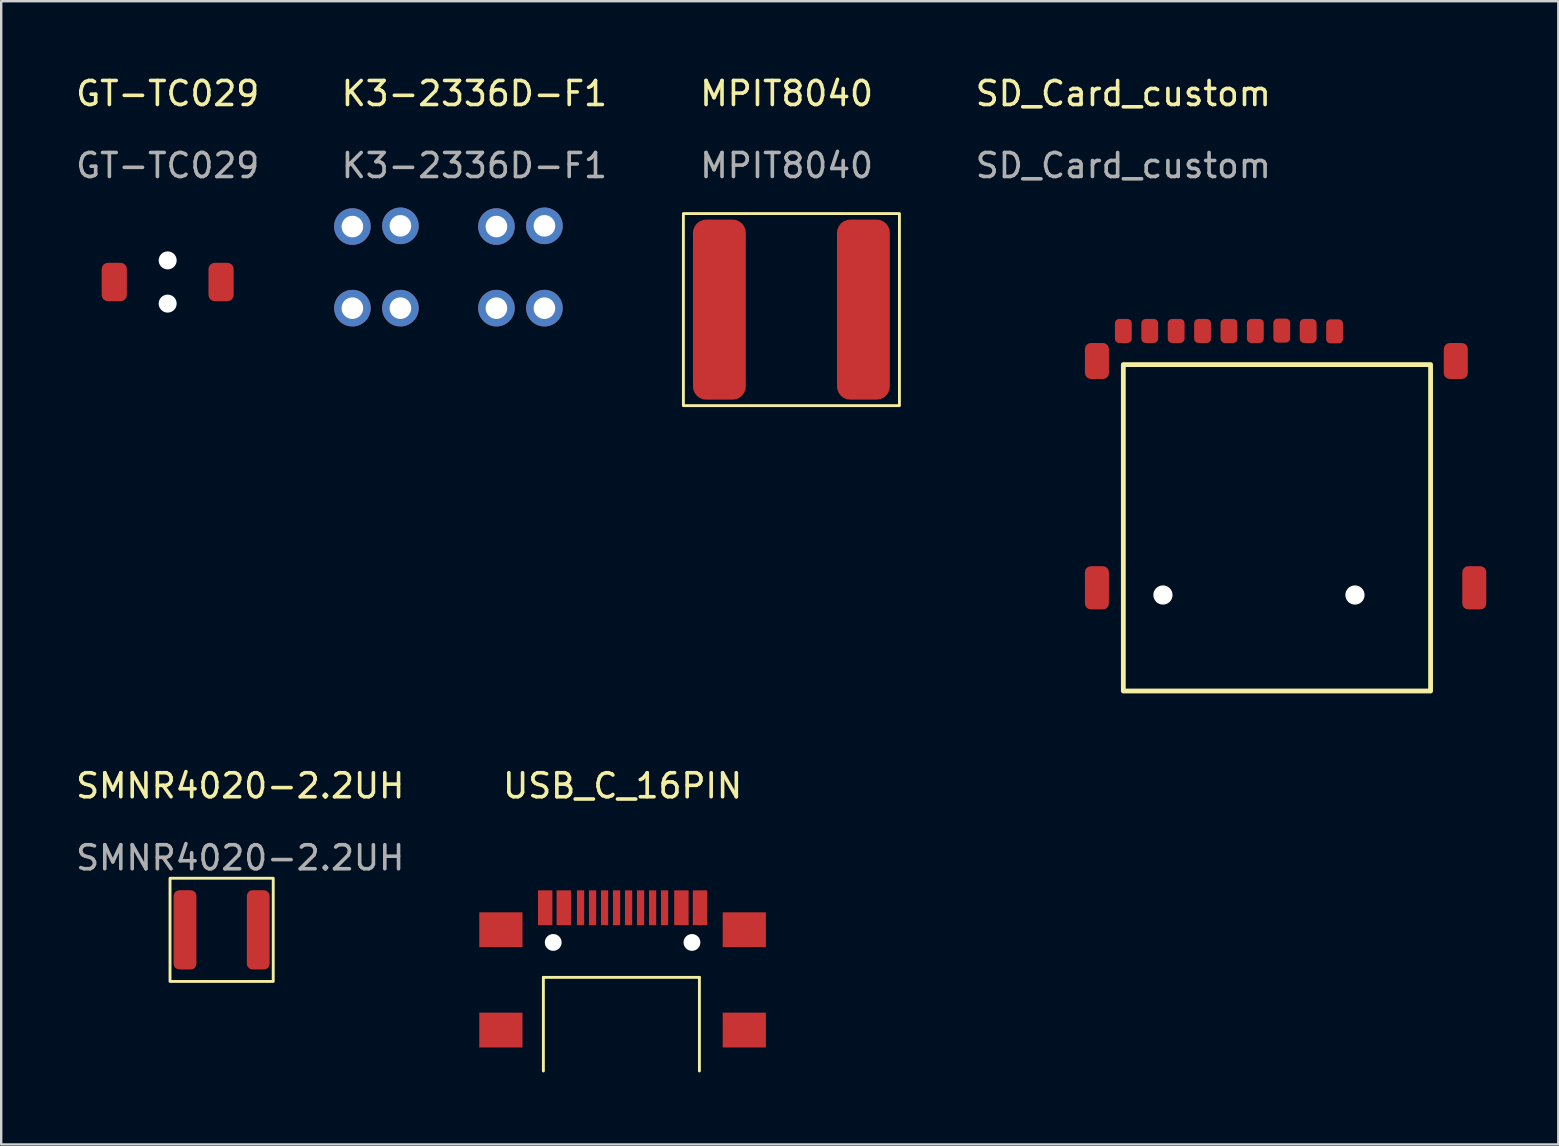
<source format=kicad_pcb>
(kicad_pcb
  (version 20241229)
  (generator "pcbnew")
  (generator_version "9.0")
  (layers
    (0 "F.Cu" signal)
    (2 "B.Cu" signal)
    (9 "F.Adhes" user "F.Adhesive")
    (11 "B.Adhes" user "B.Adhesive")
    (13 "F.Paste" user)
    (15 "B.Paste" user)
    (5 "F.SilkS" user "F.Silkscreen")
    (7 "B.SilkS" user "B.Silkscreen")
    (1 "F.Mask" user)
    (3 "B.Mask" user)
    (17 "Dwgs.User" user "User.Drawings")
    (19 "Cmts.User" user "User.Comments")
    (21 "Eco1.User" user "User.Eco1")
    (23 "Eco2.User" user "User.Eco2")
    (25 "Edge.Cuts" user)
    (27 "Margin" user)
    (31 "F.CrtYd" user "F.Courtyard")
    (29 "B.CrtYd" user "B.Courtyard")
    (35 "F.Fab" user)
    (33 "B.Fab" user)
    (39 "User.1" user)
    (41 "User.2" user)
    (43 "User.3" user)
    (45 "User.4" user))
  (footprint "GT-TC029"
    (layer "F.Cu")
    (at 3.935 8.698)
    (property "Reference" "GT-TC029" (at 0 -7.85 0) (unlocked yes) (layer "F.SilkS") (effects (font (size 1 1) (thickness 0.15))))
    (attr smd)
    (fp_text user "${REFERENCE}" (at 0 -4.85 0) (unlocked yes) (layer "F.Fab") (effects (font (size 1 1) (thickness 0.15))))
    (pad "" np_thru_hole circle (at 0 -0.9) (size 0.75 0.75) (drill 0.75) (layers "*.Cu" "*.Mask"))
    (pad "" np_thru_hole circle (at 0 0.9) (size 0.75 0.75) (drill 0.75) (layers "*.Cu" "*.Mask"))
    (pad "1" smd roundrect (at -2.225 0) (size 1.05 1.6) (layers "F.Cu" "F.Mask" "F.Paste") (roundrect_rratio 0.25))
    (pad "2" smd roundrect (at 2.225 0) (size 1.05 1.6) (layers "F.Cu" "F.Mask" "F.Paste") (roundrect_rratio 0.25)))
  (footprint "SD_Card_custom"
    (layer "F.Cu")
    (at 43.748 11.238)
    (property "Reference" "SD_Card_custom" (at 0 -10.39 0) (unlocked yes) (layer "F.SilkS") (effects (font (size 1 1) (thickness 0.15))))
    (attr smd)
    (fp_rect (start 0 0.9) (end 12.8 14.5) (stroke (width 0.2) (type solid)) (fill no) (layer "F.SilkS"))
    (fp_text user "${REFERENCE}" (at 0 -7.39 0) (unlocked yes) (layer "F.Fab") (effects (font (size 1 1) (thickness 0.15))))
    (pad "" np_thru_hole circle (at 1.65 10.5) (size 0.8 0.8) (drill 0.8) (layers "*.Cu" "*.Mask"))
    (pad "" np_thru_hole circle (at 9.65 10.5) (size 0.8 0.8) (drill 0.8) (layers "*.Cu" "*.Mask"))
    (pad "1" smd roundrect (at 8.8 -0.484) (size 0.7 1) (layers "F.Cu" "F.Mask" "F.Paste") (roundrect_rratio 0.25))
    (pad "2" smd roundrect (at 7.7 -0.5) (size 0.7 1) (layers "F.Cu" "F.Mask" "F.Paste") (roundrect_rratio 0.25))
    (pad "3" smd roundrect (at 6.6 -0.516) (size 0.7 1) (layers "F.Cu" "F.Mask" "F.Paste") (roundrect_rratio 0.25))
    (pad "4" smd roundrect (at 5.5 -0.5) (size 0.7 1) (layers "F.Cu" "F.Mask" "F.Paste") (roundrect_rratio 0.25))
    (pad "5" smd roundrect (at 4.4 -0.5) (size 0.7 1) (layers "F.Cu" "F.Mask" "F.Paste") (roundrect_rratio 0.25))
    (pad "6" smd roundrect (at 3.3 -0.5) (size 0.7 1) (layers "F.Cu" "F.Mask" "F.Paste") (roundrect_rratio 0.25))
    (pad "7" smd roundrect (at 2.2 -0.5) (size 0.7 1) (layers "F.Cu" "F.Mask" "F.Paste") (roundrect_rratio 0.25))
    (pad "8" smd roundrect (at 1.1 -0.5) (size 0.7 1) (layers "F.Cu" "F.Mask" "F.Paste") (roundrect_rratio 0.25))
    (pad "9" smd roundrect (at 0 -0.5) (size 0.7 1) (layers "F.Cu" "F.Mask" "F.Paste") (roundrect_rratio 0.25))
    (pad "11" smd roundrect (at -1.1 0.75) (size 1 1.5) (layers "F.Cu" "F.Mask" "F.Paste") (roundrect_rratio 0.25))
    (pad "11" smd roundrect (at -1.1 10.2) (size 1 1.8) (layers "F.Cu" "F.Mask" "F.Paste") (roundrect_rratio 0.25))
    (pad "11" smd roundrect (at 13.85 0.75) (size 1 1.5) (layers "F.Cu" "F.Mask" "F.Paste") (roundrect_rratio 0.25))
    (pad "11" smd roundrect (at 14.62 10.2) (size 1 1.8) (layers "F.Cu" "F.Mask" "F.Paste") (roundrect_rratio 0.25)))
  (footprint "K3-2336D-F1"
    (layer "F.Cu")
    (at 11.631 6.358)
    (property "Reference" "K3-2336D-F1" (at 5.08 -5.51 0) (unlocked yes) (layer "F.SilkS") (effects (font (size 1 1) (thickness 0.15))))
    (attr through_hole)
    (fp_text user "${REFERENCE}" (at 5.08 -2.51 0) (unlocked yes) (layer "F.Fab") (effects (font (size 1 1) (thickness 0.15))))
    (pad "1" thru_hole circle (at 0 0.03) (size 1.524 1.524) (drill 0.9) (layers "*.Cu" "*.Mask"))
    (pad "1" thru_hole circle (at 0 3.43) (size 1.524 1.524) (drill 0.9) (layers "*.Cu" "*.Mask"))
    (pad "1" thru_hole circle (at 2 0) (size 1.524 1.524) (drill 0.9) (layers "*.Cu" "*.Mask"))
    (pad "1" thru_hole circle (at 2 3.43) (size 1.524 1.524) (drill 0.9) (layers "*.Cu" "*.Mask"))
    (pad "1" thru_hole circle (at 6 0.03) (size 1.524 1.524) (drill 0.9) (layers "*.Cu" "*.Mask"))
    (pad "1" thru_hole circle (at 6 3.43) (size 1.524 1.524) (drill 0.9) (layers "*.Cu" "*.Mask"))
    (pad "1" thru_hole circle (at 8 0) (size 1.524 1.524) (drill 0.9) (layers "*.Cu" "*.Mask"))
    (pad "1" thru_hole circle (at 8 3.43) (size 1.524 1.524) (drill 0.9) (layers "*.Cu" "*.Mask")))
  (footprint "SMNR4020-2.2UH"
    (layer "F.Cu")
    (at 4.658 35.687)
    (property "Reference" "SMNR4020-2.2UH" (at 2.3 -6 0) (unlocked yes) (layer "F.SilkS") (effects (font (size 1 1) (thickness 0.15))))
    (attr smd)
    (fp_rect (start -0.625 -2.15) (end 3.675 2.15) (stroke (width 0.12) (type solid)) (fill no) (layer "F.SilkS"))
    (fp_text user "${REFERENCE}" (at 2.3 -3 0) (unlocked yes) (layer "F.Fab") (effects (font (size 1 1) (thickness 0.15))))
    (pad "1" smd roundrect (at 0 0 180) (size 0.95 3.3) (layers "F.Cu" "F.Mask" "F.Paste") (roundrect_rratio 0.25))
    (pad "2" smd roundrect (at 3.05 0 180) (size 0.95 3.3) (layers "F.Cu" "F.Mask" "F.Paste") (roundrect_rratio 0.25)))
  (footprint "USB_C_16PIN"
    (layer "F.Cu")
    (at 22.887 34.767)
    (property "Reference" "USB_C_16PIN" (at 0 -5.08 0) (layer "F.SilkS") (effects (font (size 1 1) (thickness 0.15))))
    (attr smd)
    (fp_line (start -3.3 2.9) (end -3.3 6.8) (stroke (width 0.12) (type solid)) (layer "F.SilkS"))
    (fp_line (start 3.2 2.9) (end -3.3 2.9) (stroke (width 0.12) (type solid)) (layer "F.SilkS"))
    (fp_line (start 3.2 6.8) (end 3.2 2.9) (stroke (width 0.12) (type solid)) (layer "F.SilkS"))
    (pad "" np_thru_hole circle (at -2.89 1.445) (size 0.7 0.7) (drill 0.8) (layers "*.Cu" "*.Mask"))
    (pad "" np_thru_hole circle (at 2.89 1.445) (size 0.7 0.7) (drill 0.8) (layers "*.Cu" "*.Mask"))
    (pad "A1" smd rect (at -3.225 0) (size 0.6 1.45) (layers "F.Cu" "F.Mask" "F.Paste"))
    (pad "A1" smd rect (at 3.225 0) (size 0.6 1.45) (layers "F.Cu" "F.Mask" "F.Paste"))
    (pad "A4" smd rect (at -2.45 0) (size 0.6 1.45) (layers "F.Cu" "F.Mask" "F.Paste"))
    (pad "A5" smd rect (at -1.75 0) (size 0.3 1.45) (layers "F.Cu" "F.Mask" "F.Paste"))
    (pad "A6" smd rect (at -0.25 0) (size 0.3 1.45) (layers "F.Cu" "F.Mask" "F.Paste"))
    (pad "A7" smd rect (at 0.75 0) (size 0.3 1.45) (layers "F.Cu" "F.Mask" "F.Paste"))
    (pad "A8" smd rect (at 1.75 0) (size 0.3 1.45) (layers "F.Cu" "F.Mask" "F.Paste"))
    (pad "A9" smd rect (at 2.45 0) (size 0.6 1.45) (layers "F.Cu" "F.Mask" "F.Paste"))
    (pad "B5" smd rect (at 1.25 0) (size 0.3 1.45) (layers "F.Cu" "F.Mask" "F.Paste"))
    (pad "B6" smd rect (at 0.25 0) (size 0.3 1.45) (layers "F.Cu" "F.Mask" "F.Paste"))
    (pad "B7" smd rect (at -0.75 0) (size 0.3 1.45) (layers "F.Cu" "F.Mask" "F.Paste"))
    (pad "B8" smd rect (at -1.25 0) (size 0.3 1.45) (layers "F.Cu" "F.Mask" "F.Paste"))
    (pad "S1" smd rect (at -5.07 1.64) (size 1.8 1.45) (drill (offset 0 -0.725)) (layers "F.Cu" "F.Mask" "F.Paste"))
    (pad "S1" smd rect (at -5.07 5.82) (size 1.8 1.45) (drill (offset 0 -0.725)) (layers "F.Cu" "F.Mask" "F.Paste"))
    (pad "S1" smd rect (at 5.07 1.64) (size 1.8 1.45) (drill (offset 0 -0.725)) (layers "F.Cu" "F.Mask" "F.Paste"))
    (pad "S1" smd rect (at 5.07 5.82) (size 1.8 1.45) (drill (offset 0 -0.725)) (layers "F.Cu" "F.Mask" "F.Paste")))
  (footprint "MPIT8040"
    (layer "F.Cu")
    (at 29.92 9.848)
    (property "Reference" "MPIT8040" (at -0.2 -9 0) (unlocked yes) (layer "F.SilkS") (effects (font (size 1 1) (thickness 0.15))))
    (attr smd)
    (fp_rect (start -4.5 -4) (end 4.5 4) (stroke (width 0.12) (type solid)) (fill no) (layer "F.SilkS"))
    (fp_text user "${REFERENCE}" (at -0.2 -6 0) (unlocked yes) (layer "F.Fab") (effects (font (size 1 1) (thickness 0.15))))
    (pad "1" smd roundrect (at -3 0) (size 2.2 7.5) (layers "F.Cu" "F.Mask" "F.Paste") (roundrect_rratio 0.25))
    (pad "2" smd roundrect (at 3 0) (size 2.2 7.5) (layers "F.Cu" "F.Mask" "F.Paste") (roundrect_rratio 0.25)))
  (gr_rect
    (start -3 -3)
    (end 61.868 44.627)
    (stroke (width 0.1) (type default))
    (fill no)
    (layer "Edge.Cuts")))
</source>
